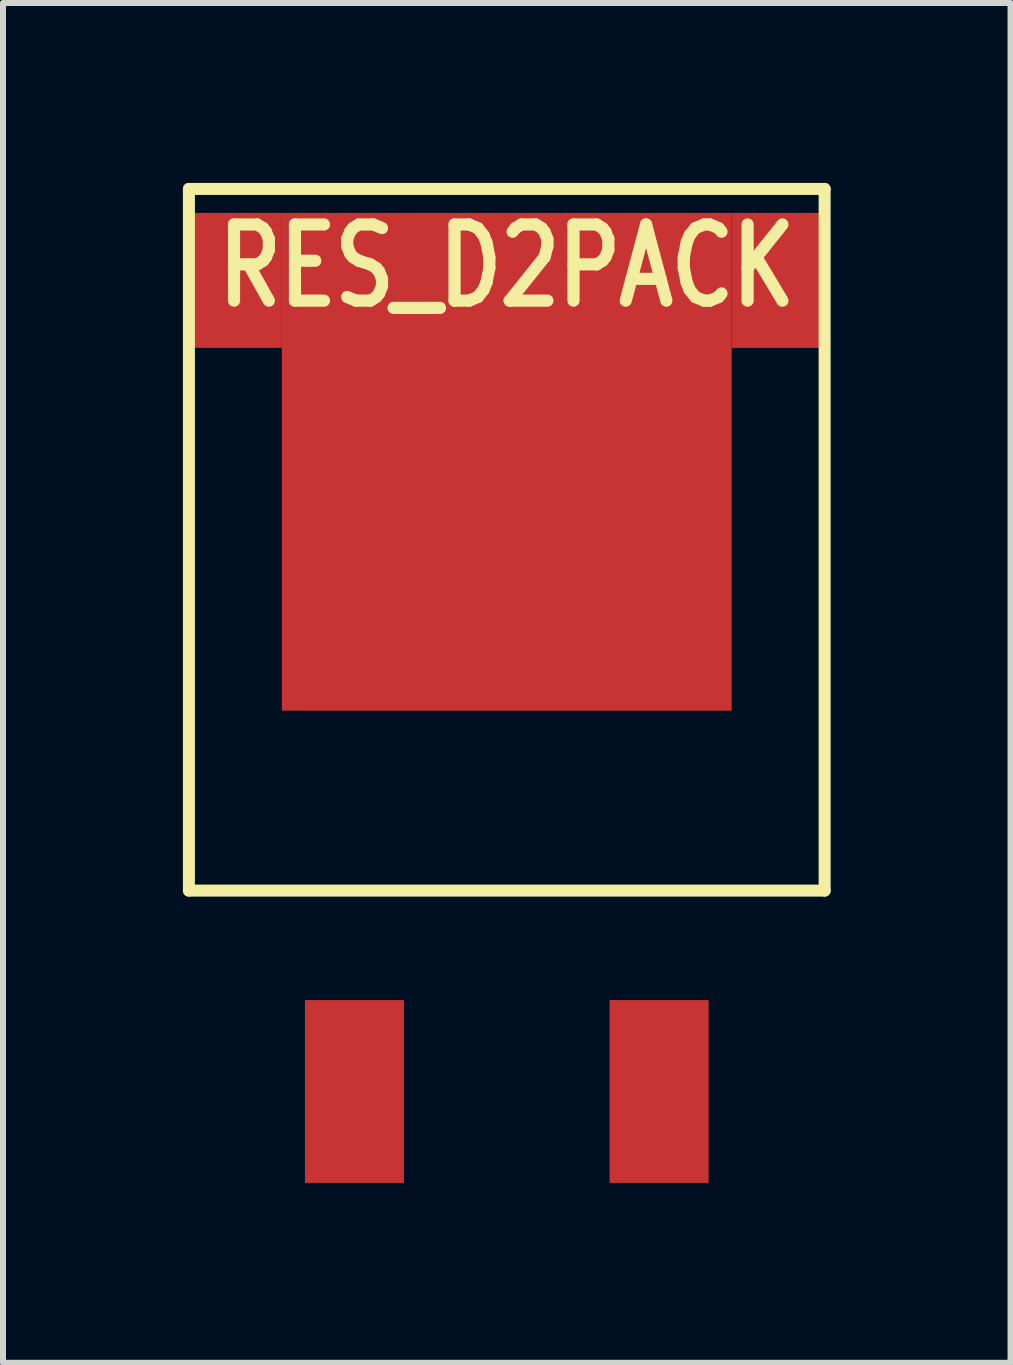
<source format=kicad_pcb>
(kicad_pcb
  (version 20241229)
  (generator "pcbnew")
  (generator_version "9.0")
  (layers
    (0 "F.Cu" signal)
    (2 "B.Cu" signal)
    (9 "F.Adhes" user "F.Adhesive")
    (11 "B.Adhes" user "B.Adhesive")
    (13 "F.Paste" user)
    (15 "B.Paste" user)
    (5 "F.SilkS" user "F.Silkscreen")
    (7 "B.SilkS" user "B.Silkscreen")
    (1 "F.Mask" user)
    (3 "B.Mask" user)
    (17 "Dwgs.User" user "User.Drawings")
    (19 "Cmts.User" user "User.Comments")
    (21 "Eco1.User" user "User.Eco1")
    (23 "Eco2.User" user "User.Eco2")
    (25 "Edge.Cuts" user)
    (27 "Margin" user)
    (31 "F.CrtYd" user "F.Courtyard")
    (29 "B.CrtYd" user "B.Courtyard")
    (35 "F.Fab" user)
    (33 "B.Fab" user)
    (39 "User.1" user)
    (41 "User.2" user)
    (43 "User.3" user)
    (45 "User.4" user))
  (footprint "RES_D2PACK"
    (layer "F.Cu")
    (at 5.4 11.8)
    (property "Reference" "RES_D2PACK" (at 0 -10.414 0) (layer "F.SilkS") (effects (font (size 1.27 1.016) (thickness 0.203))))
    (attr smd)
    (fp_line (start -5.3 -11.7) (end -5.3 0) (stroke (width 0.2) (type solid)) (layer "F.SilkS"))
    (fp_line (start -5.3 0) (end 5.3 0) (stroke (width 0.2) (type solid)) (layer "F.SilkS"))
    (fp_line (start 5.3 -11.7) (end -5.3 -11.7) (stroke (width 0.2) (type solid)) (layer "F.SilkS"))
    (fp_line (start 5.3 0) (end 5.3 -11.7) (stroke (width 0.2) (type solid)) (layer "F.SilkS"))
    (pad "1" smd rect (at -2.54 3.35) (size 1.651 3.048) (layers "F.Cu" "F.Mask" "F.Paste"))
    (pad "2" smd rect (at 2.54 3.35) (size 1.651 3.048) (layers "F.Cu" "F.Mask" "F.Paste"))
    (pad "3" smd rect (at -4.5 -10.175) (size 1.5 2.25) (layers "F.Cu" "F.Mask" "F.Paste"))
    (pad "3" smd rect (at 0 -7.15) (size 7.5 8.3) (layers "F.Cu" "F.Mask" "F.Paste"))
    (pad "3" smd rect (at 4.5 -10.175) (size 1.5 2.25) (layers "F.Cu" "F.Mask" "F.Paste")))
  (gr_rect
    (start -3 -3)
    (end 13.8 19.674)
    (stroke (width 0.1) (type default))
    (fill no)
    (layer "Edge.Cuts")))
</source>
